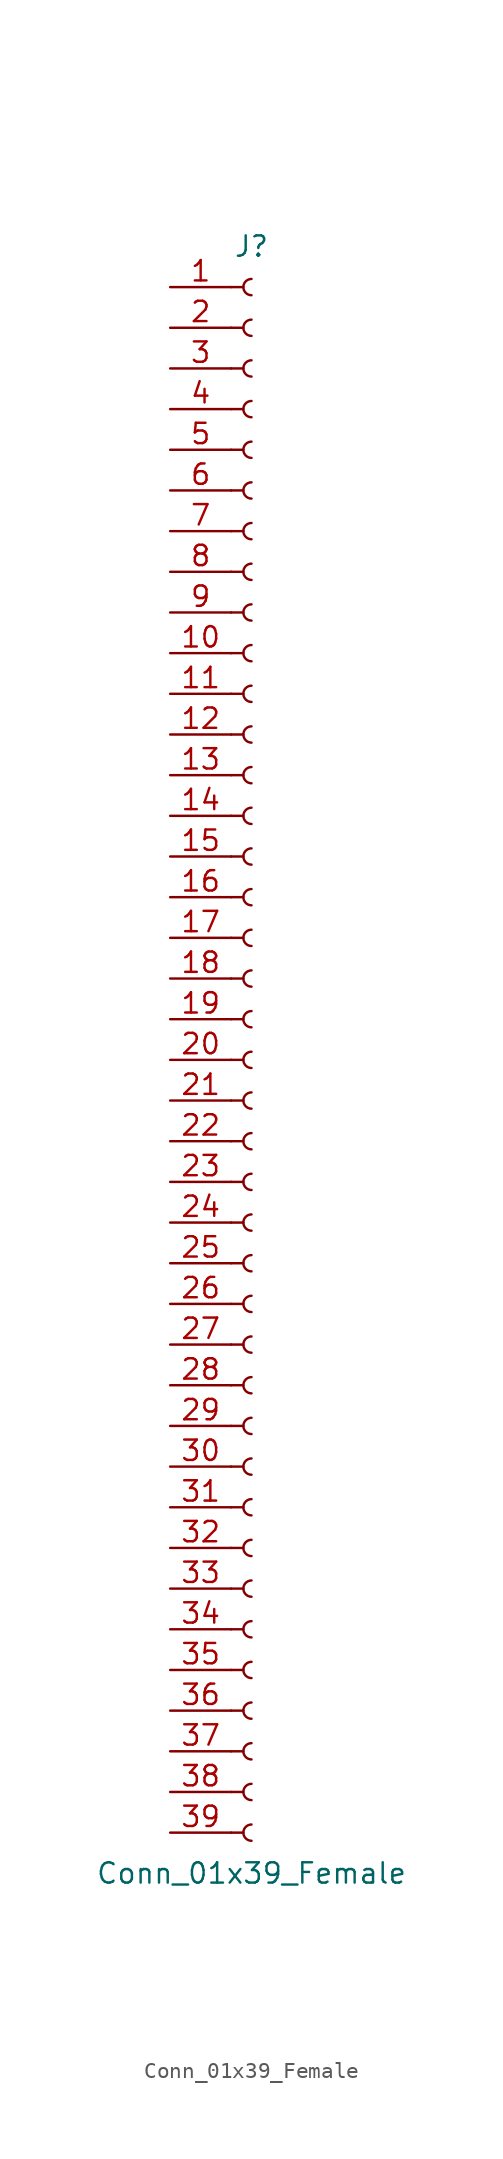
<source format=kicad_sym>
(kicad_symbol_lib
  (version 20211014)
  (generator kicad_symbol_editor)
  (symbol "Conn_01x39_Female"
    (pin_names
      (offset 1.016) hide)
    (property "Reference" "J"
      (at 0 50.8 0)
      (effects (font (size 1.27 1.27))))
    (property "Value" "Conn_01x39_Female"
      (at 0 -50.8 0)
      (effects (font (size 1.27 1.27))))
    (symbol "Conn_01x39_Female_1_1"
      (arc (start 0 -47.752) (mid -0.508 -48.26) (end 0 -48.768) (stroke (width 0.1524) (type default) (color 0 0 0 0)) (fill (type none)))
      (arc (start 0 -45.212) (mid -0.508 -45.72) (end 0 -46.228) (stroke (width 0.1524) (type default) (color 0 0 0 0)) (fill (type none)))
      (arc (start 0 -42.672) (mid -0.508 -43.18) (end 0 -43.688) (stroke (width 0.1524) (type default) (color 0 0 0 0)) (fill (type none)))
      (arc (start 0 -40.132) (mid -0.508 -40.64) (end 0 -41.148) (stroke (width 0.1524) (type default) (color 0 0 0 0)) (fill (type none)))
      (arc (start 0 -37.592) (mid -0.508 -38.1) (end 0 -38.608) (stroke (width 0.1524) (type default) (color 0 0 0 0)) (fill (type none)))
      (arc (start 0 -35.052) (mid -0.508 -35.56) (end 0 -36.068) (stroke (width 0.1524) (type default) (color 0 0 0 0)) (fill (type none)))
      (arc (start 0 -32.512) (mid -0.508 -33.02) (end 0 -33.528) (stroke (width 0.1524) (type default) (color 0 0 0 0)) (fill (type none)))
      (arc (start 0 -29.972) (mid -0.508 -30.48) (end 0 -30.988) (stroke (width 0.1524) (type default) (color 0 0 0 0)) (fill (type none)))
      (arc (start 0 -27.432) (mid -0.508 -27.94) (end 0 -28.448) (stroke (width 0.1524) (type default) (color 0 0 0 0)) (fill (type none)))
      (arc (start 0 -24.892) (mid -0.508 -25.4) (end 0 -25.908) (stroke (width 0.1524) (type default) (color 0 0 0 0)) (fill (type none)))
      (arc (start 0 -22.352) (mid -0.508 -22.86) (end 0 -23.368) (stroke (width 0.1524) (type default) (color 0 0 0 0)) (fill (type none)))
      (arc (start 0 -19.812) (mid -0.508 -20.32) (end 0 -20.828) (stroke (width 0.1524) (type default) (color 0 0 0 0)) (fill (type none)))
      (arc (start 0 -17.272) (mid -0.508 -17.78) (end 0 -18.288) (stroke (width 0.1524) (type default) (color 0 0 0 0)) (fill (type none)))
      (arc (start 0 -14.732) (mid -0.508 -15.24) (end 0 -15.748) (stroke (width 0.1524) (type default) (color 0 0 0 0)) (fill (type none)))
      (arc (start 0 -12.192) (mid -0.508 -12.7) (end 0 -13.208) (stroke (width 0.1524) (type default) (color 0 0 0 0)) (fill (type none)))
      (arc (start 0 -9.652) (mid -0.508 -10.16) (end 0 -10.668) (stroke (width 0.1524) (type default) (color 0 0 0 0)) (fill (type none)))
      (arc (start 0 -7.112) (mid -0.508 -7.62) (end 0 -8.128) (stroke (width 0.1524) (type default) (color 0 0 0 0)) (fill (type none)))
      (arc (start 0 -4.572) (mid -0.508 -5.08) (end 0 -5.588) (stroke (width 0.1524) (type default) (color 0 0 0 0)) (fill (type none)))
      (arc (start 0 -2.032) (mid -0.508 -2.54) (end 0 -3.048) (stroke (width 0.1524) (type default) (color 0 0 0 0)) (fill (type none)))
      (polyline (pts (xy -1.27 -48.26) (xy -0.508 -48.26)) (stroke (width 0.152) (type default) (color 0 0 0 0)) (fill (type none)))
      (polyline (pts (xy -1.27 -45.72) (xy -0.508 -45.72)) (stroke (width 0.152) (type default) (color 0 0 0 0)) (fill (type none)))
      (polyline (pts (xy -1.27 -43.18) (xy -0.508 -43.18)) (stroke (width 0.152) (type default) (color 0 0 0 0)) (fill (type none)))
      (polyline (pts (xy -1.27 -40.64) (xy -0.508 -40.64)) (stroke (width 0.152) (type default) (color 0 0 0 0)) (fill (type none)))
      (polyline (pts (xy -1.27 -38.1) (xy -0.508 -38.1)) (stroke (width 0.152) (type default) (color 0 0 0 0)) (fill (type none)))
      (polyline (pts (xy -1.27 -35.56) (xy -0.508 -35.56)) (stroke (width 0.152) (type default) (color 0 0 0 0)) (fill (type none)))
      (polyline (pts (xy -1.27 -33.02) (xy -0.508 -33.02)) (stroke (width 0.152) (type default) (color 0 0 0 0)) (fill (type none)))
      (polyline (pts (xy -1.27 -30.48) (xy -0.508 -30.48)) (stroke (width 0.152) (type default) (color 0 0 0 0)) (fill (type none)))
      (polyline (pts (xy -1.27 -27.94) (xy -0.508 -27.94)) (stroke (width 0.152) (type default) (color 0 0 0 0)) (fill (type none)))
      (polyline (pts (xy -1.27 -25.4) (xy -0.508 -25.4)) (stroke (width 0.152) (type default) (color 0 0 0 0)) (fill (type none)))
      (polyline (pts (xy -1.27 -22.86) (xy -0.508 -22.86)) (stroke (width 0.152) (type default) (color 0 0 0 0)) (fill (type none)))
      (polyline (pts (xy -1.27 -20.32) (xy -0.508 -20.32)) (stroke (width 0.152) (type default) (color 0 0 0 0)) (fill (type none)))
      (polyline (pts (xy -1.27 -17.78) (xy -0.508 -17.78)) (stroke (width 0.152) (type default) (color 0 0 0 0)) (fill (type none)))
      (polyline (pts (xy -1.27 -15.24) (xy -0.508 -15.24)) (stroke (width 0.152) (type default) (color 0 0 0 0)) (fill (type none)))
      (polyline (pts (xy -1.27 -12.7) (xy -0.508 -12.7)) (stroke (width 0.152) (type default) (color 0 0 0 0)) (fill (type none)))
      (polyline (pts (xy -1.27 -10.16) (xy -0.508 -10.16)) (stroke (width 0.152) (type default) (color 0 0 0 0)) (fill (type none)))
      (polyline (pts (xy -1.27 -7.62) (xy -0.508 -7.62)) (stroke (width 0.152) (type default) (color 0 0 0 0)) (fill (type none)))
      (polyline (pts (xy -1.27 -5.08) (xy -0.508 -5.08)) (stroke (width 0.152) (type default) (color 0 0 0 0)) (fill (type none)))
      (polyline (pts (xy -1.27 -2.54) (xy -0.508 -2.54)) (stroke (width 0.152) (type default) (color 0 0 0 0)) (fill (type none)))
      (polyline (pts (xy -1.27 0) (xy -0.508 0)) (stroke (width 0.152) (type default) (color 0 0 0 0)) (fill (type none)))
      (polyline (pts (xy -1.27 2.54) (xy -0.508 2.54)) (stroke (width 0.152) (type default) (color 0 0 0 0)) (fill (type none)))
      (polyline (pts (xy -1.27 5.08) (xy -0.508 5.08)) (stroke (width 0.152) (type default) (color 0 0 0 0)) (fill (type none)))
      (polyline (pts (xy -1.27 7.62) (xy -0.508 7.62)) (stroke (width 0.152) (type default) (color 0 0 0 0)) (fill (type none)))
      (polyline (pts (xy -1.27 10.16) (xy -0.508 10.16)) (stroke (width 0.152) (type default) (color 0 0 0 0)) (fill (type none)))
      (polyline (pts (xy -1.27 12.7) (xy -0.508 12.7)) (stroke (width 0.152) (type default) (color 0 0 0 0)) (fill (type none)))
      (polyline (pts (xy -1.27 15.24) (xy -0.508 15.24)) (stroke (width 0.152) (type default) (color 0 0 0 0)) (fill (type none)))
      (polyline (pts (xy -1.27 17.78) (xy -0.508 17.78)) (stroke (width 0.152) (type default) (color 0 0 0 0)) (fill (type none)))
      (polyline (pts (xy -1.27 20.32) (xy -0.508 20.32)) (stroke (width 0.152) (type default) (color 0 0 0 0)) (fill (type none)))
      (polyline (pts (xy -1.27 22.86) (xy -0.508 22.86)) (stroke (width 0.152) (type default) (color 0 0 0 0)) (fill (type none)))
      (polyline (pts (xy -1.27 25.4) (xy -0.508 25.4)) (stroke (width 0.152) (type default) (color 0 0 0 0)) (fill (type none)))
      (polyline (pts (xy -1.27 27.94) (xy -0.508 27.94)) (stroke (width 0.152) (type default) (color 0 0 0 0)) (fill (type none)))
      (polyline (pts (xy -1.27 30.48) (xy -0.508 30.48)) (stroke (width 0.152) (type default) (color 0 0 0 0)) (fill (type none)))
      (polyline (pts (xy -1.27 33.02) (xy -0.508 33.02)) (stroke (width 0.152) (type default) (color 0 0 0 0)) (fill (type none)))
      (polyline (pts (xy -1.27 35.56) (xy -0.508 35.56)) (stroke (width 0.152) (type default) (color 0 0 0 0)) (fill (type none)))
      (polyline (pts (xy -1.27 38.1) (xy -0.508 38.1)) (stroke (width 0.152) (type default) (color 0 0 0 0)) (fill (type none)))
      (polyline (pts (xy -1.27 40.64) (xy -0.508 40.64)) (stroke (width 0.152) (type default) (color 0 0 0 0)) (fill (type none)))
      (polyline (pts (xy -1.27 43.18) (xy -0.508 43.18)) (stroke (width 0.152) (type default) (color 0 0 0 0)) (fill (type none)))
      (polyline (pts (xy -1.27 45.72) (xy -0.508 45.72)) (stroke (width 0.152) (type default) (color 0 0 0 0)) (fill (type none)))
      (polyline (pts (xy -1.27 48.26) (xy -0.508 48.26)) (stroke (width 0.152) (type default) (color 0 0 0 0)) (fill (type none)))
      (arc (start 0 0.508) (mid -0.508 0) (end 0 -0.508) (stroke (width 0.1524) (type default) (color 0 0 0 0)) (fill (type none)))
      (arc (start 0 3.048) (mid -0.508 2.54) (end 0 2.032) (stroke (width 0.1524) (type default) (color 0 0 0 0)) (fill (type none)))
      (arc (start 0 5.588) (mid -0.508 5.08) (end 0 4.572) (stroke (width 0.1524) (type default) (color 0 0 0 0)) (fill (type none)))
      (arc (start 0 8.128) (mid -0.508 7.62) (end 0 7.112) (stroke (width 0.1524) (type default) (color 0 0 0 0)) (fill (type none)))
      (arc (start 0 10.668) (mid -0.508 10.16) (end 0 9.652) (stroke (width 0.1524) (type default) (color 0 0 0 0)) (fill (type none)))
      (arc (start 0 13.208) (mid -0.508 12.7) (end 0 12.192) (stroke (width 0.1524) (type default) (color 0 0 0 0)) (fill (type none)))
      (arc (start 0 15.748) (mid -0.508 15.24) (end 0 14.732) (stroke (width 0.1524) (type default) (color 0 0 0 0)) (fill (type none)))
      (arc (start 0 18.288) (mid -0.508 17.78) (end 0 17.272) (stroke (width 0.1524) (type default) (color 0 0 0 0)) (fill (type none)))
      (arc (start 0 20.828) (mid -0.508 20.32) (end 0 19.812) (stroke (width 0.1524) (type default) (color 0 0 0 0)) (fill (type none)))
      (arc (start 0 23.368) (mid -0.508 22.86) (end 0 22.352) (stroke (width 0.1524) (type default) (color 0 0 0 0)) (fill (type none)))
      (arc (start 0 25.908) (mid -0.508 25.4) (end 0 24.892) (stroke (width 0.1524) (type default) (color 0 0 0 0)) (fill (type none)))
      (arc (start 0 28.448) (mid -0.508 27.94) (end 0 27.432) (stroke (width 0.1524) (type default) (color 0 0 0 0)) (fill (type none)))
      (arc (start 0 30.988) (mid -0.508 30.48) (end 0 29.972) (stroke (width 0.1524) (type default) (color 0 0 0 0)) (fill (type none)))
      (arc (start 0 33.528) (mid -0.508 33.02) (end 0 32.512) (stroke (width 0.1524) (type default) (color 0 0 0 0)) (fill (type none)))
      (arc (start 0 36.068) (mid -0.508 35.56) (end 0 35.052) (stroke (width 0.1524) (type default) (color 0 0 0 0)) (fill (type none)))
      (arc (start 0 38.608) (mid -0.508 38.1) (end 0 37.592) (stroke (width 0.1524) (type default) (color 0 0 0 0)) (fill (type none)))
      (arc (start 0 41.148) (mid -0.508 40.64) (end 0 40.132) (stroke (width 0.1524) (type default) (color 0 0 0 0)) (fill (type none)))
      (arc (start 0 43.688) (mid -0.508 43.18) (end 0 42.672) (stroke (width 0.1524) (type default) (color 0 0 0 0)) (fill (type none)))
      (arc (start 0 46.228) (mid -0.508 45.72) (end 0 45.212) (stroke (width 0.1524) (type default) (color 0 0 0 0)) (fill (type none)))
      (arc (start 0 48.768) (mid -0.508 48.26) (end 0 47.752) (stroke (width 0.1524) (type default) (color 0 0 0 0)) (fill (type none)))
      (pin passive line (at -5.08 48.26 0) (length 3.81) (name "Pin_1" (effects (font (size 1.27 1.27)))) (number "1" (effects (font (size 1.27 1.27)))))
      (pin passive line (at -5.08 25.4 0) (length 3.81) (name "Pin_10" (effects (font (size 1.27 1.27)))) (number "10" (effects (font (size 1.27 1.27)))))
      (pin passive line (at -5.08 22.86 0) (length 3.81) (name "Pin_11" (effects (font (size 1.27 1.27)))) (number "11" (effects (font (size 1.27 1.27)))))
      (pin passive line (at -5.08 20.32 0) (length 3.81) (name "Pin_12" (effects (font (size 1.27 1.27)))) (number "12" (effects (font (size 1.27 1.27)))))
      (pin passive line (at -5.08 17.78 0) (length 3.81) (name "Pin_13" (effects (font (size 1.27 1.27)))) (number "13" (effects (font (size 1.27 1.27)))))
      (pin passive line (at -5.08 15.24 0) (length 3.81) (name "Pin_14" (effects (font (size 1.27 1.27)))) (number "14" (effects (font (size 1.27 1.27)))))
      (pin passive line (at -5.08 12.7 0) (length 3.81) (name "Pin_15" (effects (font (size 1.27 1.27)))) (number "15" (effects (font (size 1.27 1.27)))))
      (pin passive line (at -5.08 10.16 0) (length 3.81) (name "Pin_16" (effects (font (size 1.27 1.27)))) (number "16" (effects (font (size 1.27 1.27)))))
      (pin passive line (at -5.08 7.62 0) (length 3.81) (name "Pin_17" (effects (font (size 1.27 1.27)))) (number "17" (effects (font (size 1.27 1.27)))))
      (pin passive line (at -5.08 5.08 0) (length 3.81) (name "Pin_18" (effects (font (size 1.27 1.27)))) (number "18" (effects (font (size 1.27 1.27)))))
      (pin passive line (at -5.08 2.54 0) (length 3.81) (name "Pin_19" (effects (font (size 1.27 1.27)))) (number "19" (effects (font (size 1.27 1.27)))))
      (pin passive line (at -5.08 45.72 0) (length 3.81) (name "Pin_2" (effects (font (size 1.27 1.27)))) (number "2" (effects (font (size 1.27 1.27)))))
      (pin passive line (at -5.08 0 0) (length 3.81) (name "Pin_20" (effects (font (size 1.27 1.27)))) (number "20" (effects (font (size 1.27 1.27)))))
      (pin passive line (at -5.08 -2.54 0) (length 3.81) (name "Pin_21" (effects (font (size 1.27 1.27)))) (number "21" (effects (font (size 1.27 1.27)))))
      (pin passive line (at -5.08 -5.08 0) (length 3.81) (name "Pin_22" (effects (font (size 1.27 1.27)))) (number "22" (effects (font (size 1.27 1.27)))))
      (pin passive line (at -5.08 -7.62 0) (length 3.81) (name "Pin_23" (effects (font (size 1.27 1.27)))) (number "23" (effects (font (size 1.27 1.27)))))
      (pin passive line (at -5.08 -10.16 0) (length 3.81) (name "Pin_24" (effects (font (size 1.27 1.27)))) (number "24" (effects (font (size 1.27 1.27)))))
      (pin passive line (at -5.08 -12.7 0) (length 3.81) (name "Pin_25" (effects (font (size 1.27 1.27)))) (number "25" (effects (font (size 1.27 1.27)))))
      (pin passive line (at -5.08 -15.24 0) (length 3.81) (name "Pin_26" (effects (font (size 1.27 1.27)))) (number "26" (effects (font (size 1.27 1.27)))))
      (pin passive line (at -5.08 -17.78 0) (length 3.81) (name "Pin_27" (effects (font (size 1.27 1.27)))) (number "27" (effects (font (size 1.27 1.27)))))
      (pin passive line (at -5.08 -20.32 0) (length 3.81) (name "Pin_28" (effects (font (size 1.27 1.27)))) (number "28" (effects (font (size 1.27 1.27)))))
      (pin passive line (at -5.08 -22.86 0) (length 3.81) (name "Pin_29" (effects (font (size 1.27 1.27)))) (number "29" (effects (font (size 1.27 1.27)))))
      (pin passive line (at -5.08 43.18 0) (length 3.81) (name "Pin_3" (effects (font (size 1.27 1.27)))) (number "3" (effects (font (size 1.27 1.27)))))
      (pin passive line (at -5.08 -25.4 0) (length 3.81) (name "Pin_30" (effects (font (size 1.27 1.27)))) (number "30" (effects (font (size 1.27 1.27)))))
      (pin passive line (at -5.08 -27.94 0) (length 3.81) (name "Pin_31" (effects (font (size 1.27 1.27)))) (number "31" (effects (font (size 1.27 1.27)))))
      (pin passive line (at -5.08 -30.48 0) (length 3.81) (name "Pin_32" (effects (font (size 1.27 1.27)))) (number "32" (effects (font (size 1.27 1.27)))))
      (pin passive line (at -5.08 -33.02 0) (length 3.81) (name "Pin_33" (effects (font (size 1.27 1.27)))) (number "33" (effects (font (size 1.27 1.27)))))
      (pin passive line (at -5.08 -35.56 0) (length 3.81) (name "Pin_34" (effects (font (size 1.27 1.27)))) (number "34" (effects (font (size 1.27 1.27)))))
      (pin passive line (at -5.08 -38.1 0) (length 3.81) (name "Pin_35" (effects (font (size 1.27 1.27)))) (number "35" (effects (font (size 1.27 1.27)))))
      (pin passive line (at -5.08 -40.64 0) (length 3.81) (name "Pin_36" (effects (font (size 1.27 1.27)))) (number "36" (effects (font (size 1.27 1.27)))))
      (pin passive line (at -5.08 -43.18 0) (length 3.81) (name "Pin_37" (effects (font (size 1.27 1.27)))) (number "37" (effects (font (size 1.27 1.27)))))
      (pin passive line (at -5.08 -45.72 0) (length 3.81) (name "Pin_38" (effects (font (size 1.27 1.27)))) (number "38" (effects (font (size 1.27 1.27)))))
      (pin passive line (at -5.08 -48.26 0) (length 3.81) (name "Pin_39" (effects (font (size 1.27 1.27)))) (number "39" (effects (font (size 1.27 1.27)))))
      (pin passive line (at -5.08 40.64 0) (length 3.81) (name "Pin_4" (effects (font (size 1.27 1.27)))) (number "4" (effects (font (size 1.27 1.27)))))
      (pin passive line (at -5.08 38.1 0) (length 3.81) (name "Pin_5" (effects (font (size 1.27 1.27)))) (number "5" (effects (font (size 1.27 1.27)))))
      (pin passive line (at -5.08 35.56 0) (length 3.81) (name "Pin_6" (effects (font (size 1.27 1.27)))) (number "6" (effects (font (size 1.27 1.27)))))
      (pin passive line (at -5.08 33.02 0) (length 3.81) (name "Pin_7" (effects (font (size 1.27 1.27)))) (number "7" (effects (font (size 1.27 1.27)))))
      (pin passive line (at -5.08 30.48 0) (length 3.81) (name "Pin_8" (effects (font (size 1.27 1.27)))) (number "8" (effects (font (size 1.27 1.27)))))
      (pin passive line (at -5.08 27.94 0) (length 3.81) (name "Pin_9" (effects (font (size 1.27 1.27)))) (number "9" (effects (font (size 1.27 1.27))))))))
</source>
